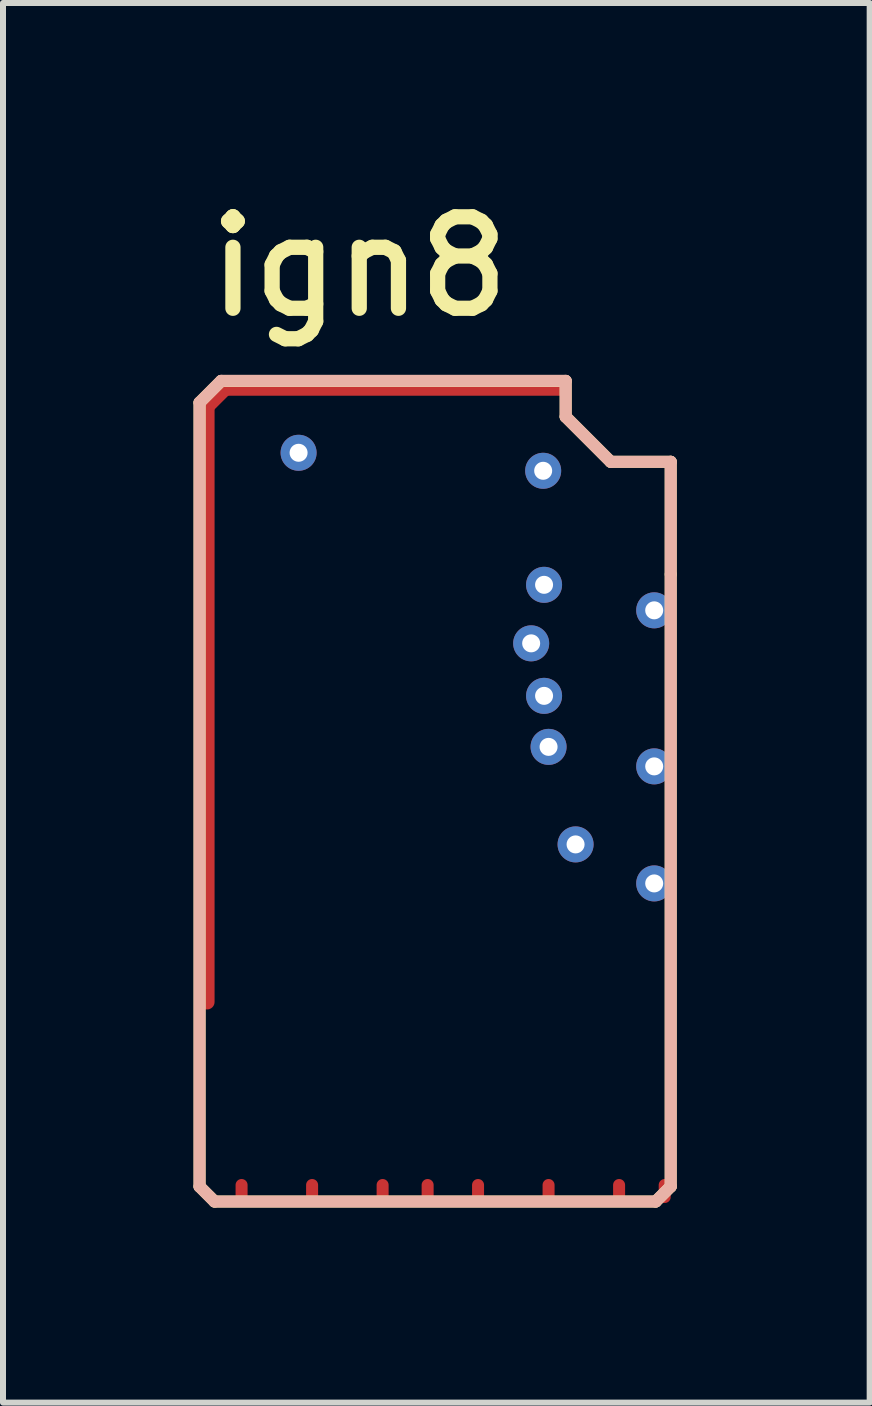
<source format=kicad_pcb>
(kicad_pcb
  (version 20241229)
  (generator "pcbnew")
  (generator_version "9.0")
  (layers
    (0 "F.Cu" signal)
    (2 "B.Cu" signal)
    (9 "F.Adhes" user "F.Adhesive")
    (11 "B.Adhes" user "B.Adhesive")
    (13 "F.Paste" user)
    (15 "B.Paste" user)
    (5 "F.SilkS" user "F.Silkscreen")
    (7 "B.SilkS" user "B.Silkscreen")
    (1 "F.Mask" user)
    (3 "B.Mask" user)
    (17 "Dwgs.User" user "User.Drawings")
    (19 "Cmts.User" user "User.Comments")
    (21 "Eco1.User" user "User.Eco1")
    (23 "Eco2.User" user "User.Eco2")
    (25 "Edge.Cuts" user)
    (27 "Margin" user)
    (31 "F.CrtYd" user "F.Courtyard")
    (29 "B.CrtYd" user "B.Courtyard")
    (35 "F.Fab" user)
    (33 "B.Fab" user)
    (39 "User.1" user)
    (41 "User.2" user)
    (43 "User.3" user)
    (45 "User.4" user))
  (footprint "ign8"
    (layer "F.Cu")
    (at 0.25 17.069)
    (property "Reference" "ign8" (at 0.051 -14.783 0) (unlocked yes) (layer "F.SilkS") (effects (font (size 1.524 1.524) (thickness 0.254)) (justify left bottom)))
    (attr through_hole)
    (fp_line (start 0.025 -13.412) (end 0.384 -13.771) (stroke (width 0.2) (type solid)) (layer "F.SilkS"))
    (fp_line (start 0.025 -0.35) (end 0.025 -13.412) (stroke (width 0.2) (type solid)) (layer "F.SilkS"))
    (fp_line (start 0.025 -0.35) (end 0.275 -0.1) (stroke (width 0.2) (type solid)) (layer "F.SilkS"))
    (fp_line (start 0.275 -0.1) (end 7.625 -0.1) (stroke (width 0.2) (type solid)) (layer "F.SilkS"))
    (fp_line (start 0.384 -13.771) (end 6.125 -13.771) (stroke (width 0.2) (type solid)) (layer "F.SilkS"))
    (fp_line (start 6.125 -13.175) (end 6.125 -13.771) (stroke (width 0.2) (type solid)) (layer "F.SilkS"))
    (fp_line (start 6.125 -13.175) (end 6.875 -12.425) (stroke (width 0.2) (type solid)) (layer "F.SilkS"))
    (fp_line (start 6.875 -12.425) (end 7.875 -12.425) (stroke (width 0.2) (type solid)) (layer "F.SilkS"))
    (fp_line (start 7.625 -0.1) (end 7.875 -0.35) (stroke (width 0.2) (type solid)) (layer "F.SilkS"))
    (fp_line (start 7.875 -10.55) (end 7.875 -12.425) (stroke (width 0.2) (type solid)) (layer "F.SilkS"))
    (fp_line (start 7.875 -0.35) (end 7.875 -10.55) (stroke (width 0.2) (type solid)) (layer "F.SilkS"))
    (fp_line (start 0.025 -13.412) (end 0.387 -13.774) (stroke (width 0.2) (type solid)) (layer "B.SilkS"))
    (fp_line (start 0.025 -0.35) (end 0.025 -13.412) (stroke (width 0.2) (type solid)) (layer "B.SilkS"))
    (fp_line (start 0.025 -0.35) (end 0.275 -0.1) (stroke (width 0.2) (type solid)) (layer "B.SilkS"))
    (fp_line (start 0.275 -0.1) (end 7.625 -0.1) (stroke (width 0.2) (type solid)) (layer "B.SilkS"))
    (fp_line (start 0.387 -13.774) (end 6.125 -13.774) (stroke (width 0.2) (type solid)) (layer "B.SilkS"))
    (fp_line (start 6.125 -13.175) (end 6.125 -13.774) (stroke (width 0.2) (type solid)) (layer "B.SilkS"))
    (fp_line (start 6.125 -13.175) (end 6.875 -12.425) (stroke (width 0.2) (type solid)) (layer "B.SilkS"))
    (fp_line (start 6.875 -12.425) (end 7.875 -12.425) (stroke (width 0.2) (type solid)) (layer "B.SilkS"))
    (fp_line (start 7.625 -0.1) (end 7.875 -0.35) (stroke (width 0.2) (type solid)) (layer "B.SilkS"))
    (fp_line (start 7.875 -0.35) (end 7.875 -12.425) (stroke (width 0.2) (type solid)) (layer "B.SilkS"))
    (pad "G" smd oval (at 0.15 -8.4 90) (size 10.2 0.25) (layers "F.Cu" "F.Paste"))
    (pad "G" smd oval (at 0.3 -13.5 45) (size 0.65 0.25) (layers "F.Cu" "F.Paste"))
    (pad "G" smd oval (at 3.263 -13.65 90) (size 0.25 5.8) (layers "F.Cu" "F.Paste"))
    (pad "S1" smd oval (at 7.775 -0.275 90) (size 0.4 0.2) (layers "F.Cu" "F.Mask" "F.Paste"))
    (pad "S2" smd oval (at 7.015 -0.275 90) (size 0.4 0.2) (layers "F.Cu" "F.Mask" "F.Paste"))
    (pad "S3" smd oval (at 5.84 -0.275 90) (size 0.4 0.2) (layers "F.Cu" "F.Mask" "F.Paste"))
    (pad "S4" smd oval (at 4.665 -0.275 90) (size 0.4 0.2) (layers "F.Cu" "F.Mask" "F.Paste"))
    (pad "S5" smd oval (at 3.825 -0.275 90) (size 0.4 0.2) (layers "F.Cu" "F.Mask" "F.Paste"))
    (pad "S6" smd oval (at 3.075 -0.275 90) (size 0.4 0.2) (layers "F.Cu" "F.Mask" "F.Paste"))
    (pad "S7" smd oval (at 1.9 -0.275 90) (size 0.4 0.2) (layers "F.Cu" "F.Mask" "F.Paste"))
    (pad "S8" smd oval (at 0.725 -0.275 90) (size 0.4 0.2) (layers "F.Cu" "F.Mask" "F.Paste"))
    (pad "V1" thru_hole circle (at 5.765 -10.375 180) (size 0.6 0.6) (drill 0.3) (layers "*.Cu" "*.Mask"))
    (pad "V2" thru_hole circle (at 7.6 -9.95 180) (size 0.6 0.6) (drill 0.3) (layers "*.Cu" "*.Mask"))
    (pad "V3" thru_hole circle (at 5.55 -9.4 180) (size 0.6 0.6) (drill 0.3) (layers "*.Cu" "*.Mask"))
    (pad "V4" thru_hole circle (at 5.765 -8.525) (size 0.6 0.6) (drill 0.3) (layers "*.Cu" "*.Mask"))
    (pad "V5" thru_hole circle (at 5.84 -7.675 180) (size 0.6 0.6) (drill 0.3) (layers "*.Cu" "*.Mask"))
    (pad "V6" thru_hole circle (at 7.6 -7.35 180) (size 0.6 0.6) (drill 0.3) (layers "*.Cu" "*.Mask"))
    (pad "V7" thru_hole circle (at 6.29 -6.05) (size 0.6 0.6) (drill 0.3) (layers "*.Cu" "*.Mask"))
    (pad "V8" thru_hole circle (at 7.6 -5.4 180) (size 0.6 0.6) (drill 0.3) (layers "*.Cu" "*.Mask"))
    (pad "V9" thru_hole circle (at 1.675 -12.575 180) (size 0.6 0.6) (drill 0.3) (layers "*.Cu" "*.Mask"))
    (pad "V10" thru_hole circle (at 5.75 -12.275 180) (size 0.6 0.6) (drill 0.3) (layers "*.Cu" "*.Mask"))
    (zone (net_name "") (layer "F.Cu") (hatch edge 0.2) (connect_pads) (min_thickness 0.254) (filled_areas_thickness no) (keepout (tracks allowed) (vias allowed) (pads allowed) (copperpour not_allowed) (footprints allowed)) (placement (enabled no)) (fill) (polygon (pts (xy 0.04 17.039) (xy 0.04 13.631) (xy 0.421 13.631) (xy 0.421 3.723) (xy 0.726 3.419) (xy 6.55 3.419) (xy 6.55 3.821) (xy 7.211 4.442) (xy 8.44 4.454) (xy 8.44 16.804) (xy 7.975 17.269) (xy 0.275 17.269)))))
  (gr_rect
    (start -3 -3)
    (end 11.44 20.319)
    (stroke (width 0.1) (type default))
    (fill no)
    (layer "Edge.Cuts")))
</source>
